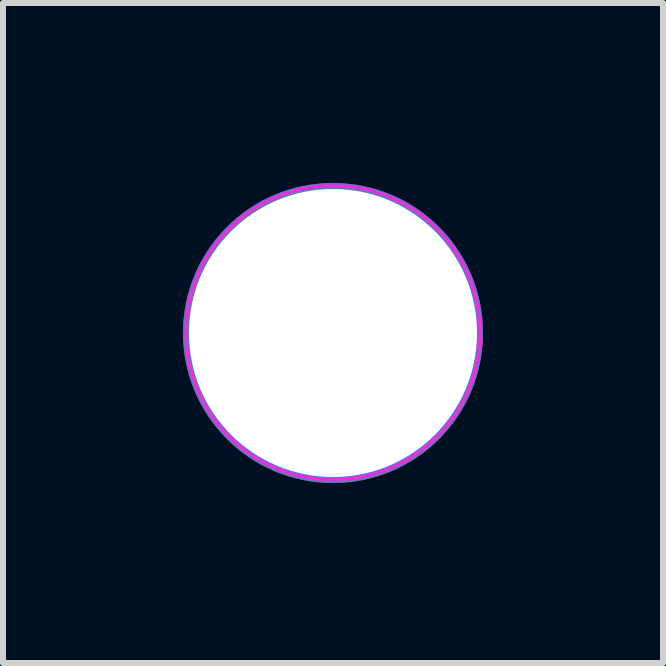
<source format=kicad_pcb>
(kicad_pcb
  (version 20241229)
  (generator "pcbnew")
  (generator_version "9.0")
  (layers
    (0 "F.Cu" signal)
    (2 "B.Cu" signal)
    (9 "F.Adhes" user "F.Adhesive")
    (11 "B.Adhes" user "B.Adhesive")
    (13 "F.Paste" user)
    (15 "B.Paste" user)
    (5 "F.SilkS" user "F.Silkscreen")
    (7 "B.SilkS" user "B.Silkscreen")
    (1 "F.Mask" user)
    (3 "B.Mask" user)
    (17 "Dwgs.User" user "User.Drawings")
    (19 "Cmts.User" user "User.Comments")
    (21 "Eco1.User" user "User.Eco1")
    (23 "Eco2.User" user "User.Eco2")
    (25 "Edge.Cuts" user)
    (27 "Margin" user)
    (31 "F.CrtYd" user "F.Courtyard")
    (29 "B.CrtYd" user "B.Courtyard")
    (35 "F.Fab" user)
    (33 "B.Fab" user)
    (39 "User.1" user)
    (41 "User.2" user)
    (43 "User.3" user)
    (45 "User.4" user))
  (footprint "HOLE"
    (layer "F.Cu")
    (at 2.5 2.5)
    (property "Reference" "HOLE" (at 0 0 0) (layer "Cmts.User") (effects (font (size 1 1) (thickness 0.15))))
    (attr through_hole)
    (fp_circle (center 0 0) (end 2.2 0) (stroke (width 0.15) (type solid)) (fill no) (layer "Cmts.User"))
    (fp_circle (center 0 0) (end 2.45 0) (stroke (width 0.05) (type solid)) (fill no) (layer "F.CrtYd"))
    (fp_text user "${REFERENCE}" (at 0.3 0 0) (layer "F.Fab") (effects (font (size 1 1) (thickness 0.15))))
    (pad "" thru_hole circle (at 0 0) (size 5 5) (drill 4.8) (layers "*.Cu" "*.Mask")))
  (gr_rect
    (start -3 -3)
    (end 8 8)
    (stroke (width 0.1) (type default))
    (fill no)
    (layer "Edge.Cuts")))
</source>
